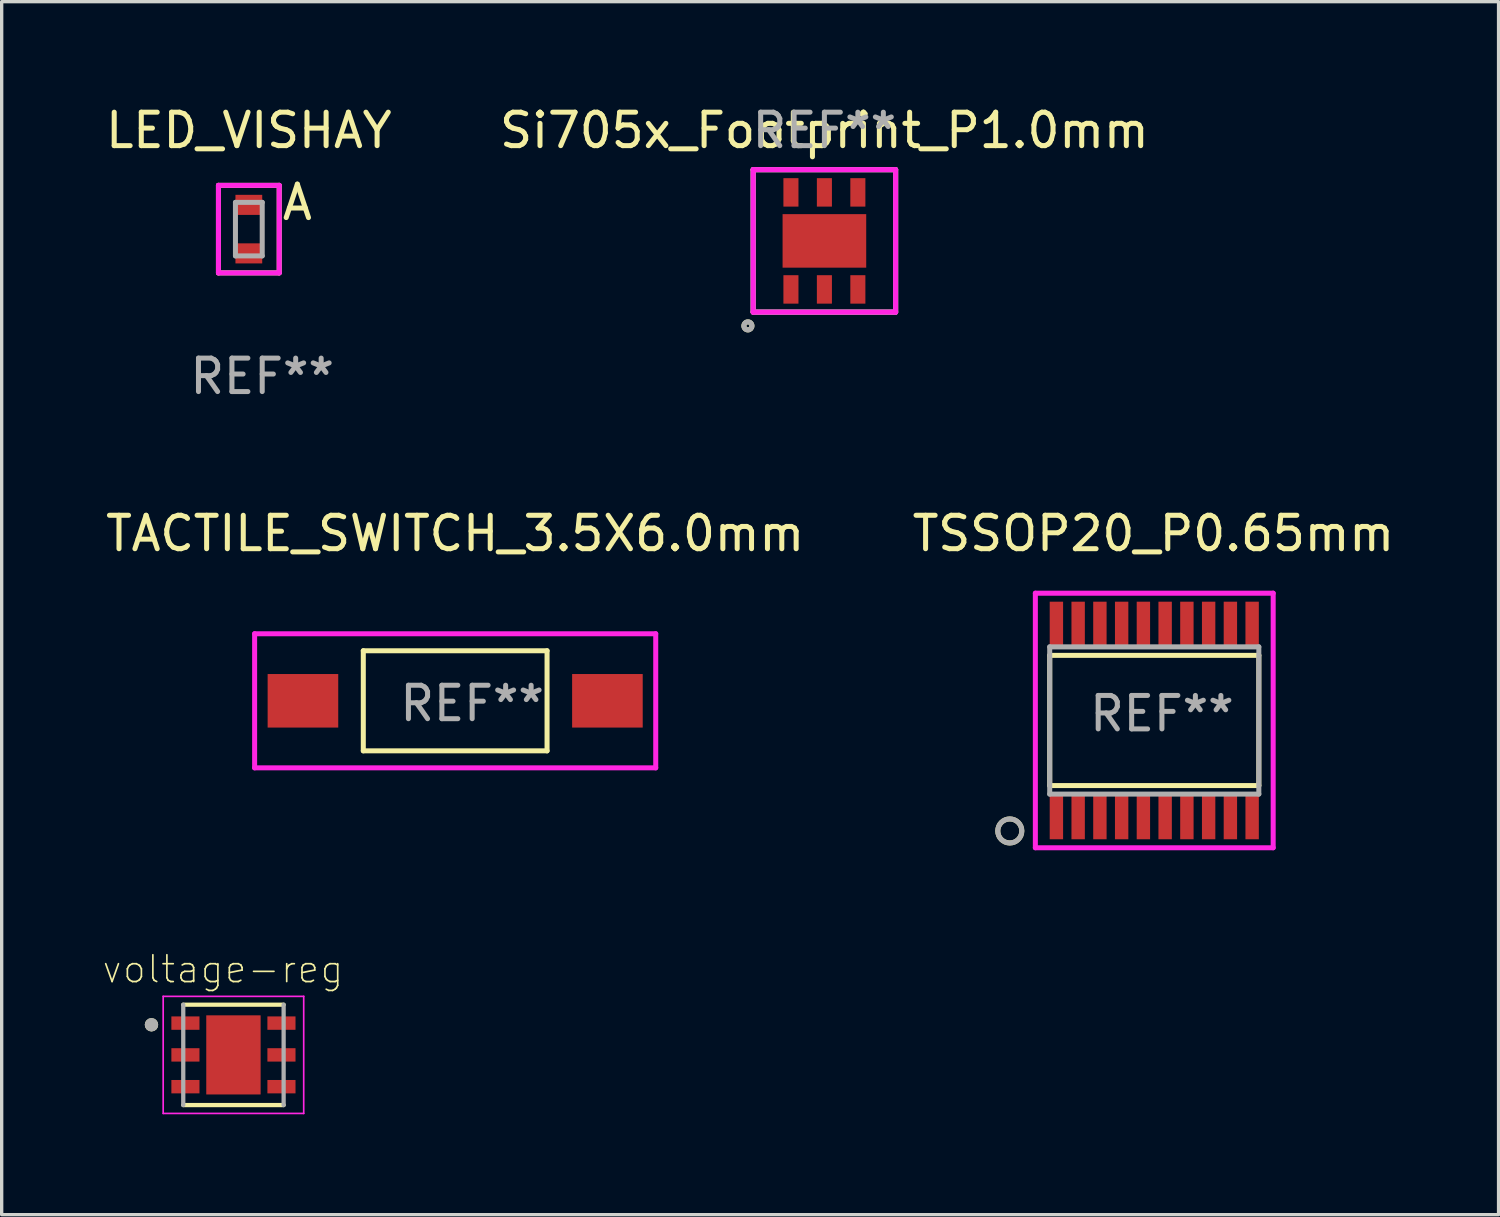
<source format=kicad_pcb>
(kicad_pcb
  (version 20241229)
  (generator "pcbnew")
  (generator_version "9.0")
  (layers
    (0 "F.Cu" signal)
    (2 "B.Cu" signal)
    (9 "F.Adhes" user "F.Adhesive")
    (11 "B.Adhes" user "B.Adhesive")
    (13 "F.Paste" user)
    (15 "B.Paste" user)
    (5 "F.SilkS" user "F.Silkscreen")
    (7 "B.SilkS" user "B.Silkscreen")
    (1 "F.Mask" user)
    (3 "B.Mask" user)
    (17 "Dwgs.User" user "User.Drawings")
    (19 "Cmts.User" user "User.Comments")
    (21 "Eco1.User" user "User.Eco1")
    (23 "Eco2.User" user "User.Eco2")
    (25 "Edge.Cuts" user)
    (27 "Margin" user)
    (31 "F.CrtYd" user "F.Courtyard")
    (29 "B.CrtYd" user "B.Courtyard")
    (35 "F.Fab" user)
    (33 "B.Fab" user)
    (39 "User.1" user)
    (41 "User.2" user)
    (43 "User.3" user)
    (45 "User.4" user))
  (footprint "Si705x_Footprint_P1.0mm"
    (layer "F.Cu")
    (at 21.589 4.15)
    (property "Reference" "Si705x_Footprint_P1.0mm" (at 0 -3.302 0) (layer "F.SilkS") (effects (font (size 1 1) (thickness 0.15))))
    (attr through_hole)
    (fp_line (start -2.129 2.129) (end -2.129 -2.129) (stroke (width 0.15) (type solid)) (layer "F.SilkS"))
    (fp_line (start -2.129 -2.129) (end 2.129 -2.129) (stroke (width 0.15) (type solid)) (layer "F.SilkS"))
    (fp_line (start 2.129 -2.129) (end 2.129 2.129) (stroke (width 0.15) (type solid)) (layer "F.SilkS"))
    (fp_line (start 2.129 2.129) (end -2.129 2.129) (stroke (width 0.15) (type solid)) (layer "F.SilkS"))
    (fp_circle (center -2.286 2.54) (end -2.166 2.54) (stroke (width 0.15) (type solid)) (fill no) (layer "F.SilkS"))
    (fp_line (start -2.129 2.129) (end -2.129 -2.129) (stroke (width 0.15) (type solid)) (layer "F.CrtYd"))
    (fp_line (start -2.129 -2.129) (end 2.129 -2.129) (stroke (width 0.15) (type solid)) (layer "F.CrtYd"))
    (fp_line (start 2.129 -2.129) (end 2.129 2.129) (stroke (width 0.15) (type solid)) (layer "F.CrtYd"))
    (fp_line (start 2.129 2.129) (end -2.129 2.129) (stroke (width 0.15) (type solid)) (layer "F.CrtYd"))
    (fp_line (start -2.129 2.129) (end -2.129 -2.129) (stroke (width 0.15) (type solid)) (layer "F.Fab"))
    (fp_line (start -2.129 -2.129) (end 2.129 -2.129) (stroke (width 0.15) (type solid)) (layer "F.Fab"))
    (fp_line (start 2.129 -2.129) (end 2.129 2.129) (stroke (width 0.15) (type solid)) (layer "F.Fab"))
    (fp_line (start 2.129 2.129) (end -2.129 2.129) (stroke (width 0.15) (type solid)) (layer "F.Fab"))
    (fp_circle (center -2.286 2.54) (end -2.166 2.54) (stroke (width 0.15) (type solid)) (fill no) (layer "F.Fab"))
    (fp_text user "REF**" (at 0 -3.302 0) (layer "F.Fab") (effects (font (size 1 1) (thickness 0.15))))
    (pad "1" smd rect (at -1 1.45) (size 0.45 0.85) (layers "F.Cu" "F.Mask" "F.Paste"))
    (pad "2" smd rect (at 0 1.45) (size 0.45 0.85) (layers "F.Cu" "F.Mask" "F.Paste"))
    (pad "3" smd rect (at 1 1.45) (size 0.45 0.85) (layers "F.Cu" "F.Mask" "F.Paste"))
    (pad "4" smd rect (at 1 -1.45) (size 0.45 0.85) (layers "F.Cu" "F.Mask" "F.Paste"))
    (pad "5" smd rect (at 0 -1.45) (size 0.45 0.85) (layers "F.Cu" "F.Mask" "F.Paste"))
    (pad "6" smd rect (at -1 -1.45) (size 0.45 0.85) (layers "F.Cu" "F.Mask" "F.Paste"))
    (pad "7" smd rect (at 0 0) (size 2.5 1.6) (layers "F.Cu" "F.Mask" "F.Paste")))
  (footprint "voltage-reg"
    (layer "F.Cu")
    (at 3.927 28.478)
    (property "Reference" "voltage-reg" (at -0.313 -2.56 0) (layer "F.SilkS") (effects (font (size 0.8 0.8) (thickness 0.05))))
    (attr smd)
    (fp_line (start -1.5 -1.5) (end 1.5 -1.5) (stroke (width 0.127) (type solid)) (layer "F.SilkS"))
    (fp_line (start 1.5 1.5) (end -1.5 1.5) (stroke (width 0.127) (type solid)) (layer "F.SilkS"))
    (fp_circle (center -2.45 -0.9) (end -2.35 -0.9) (stroke (width 0.2) (type solid)) (fill no) (layer "F.SilkS"))
    (fp_poly (pts (xy -0.57 -0.83) (xy 0.57 -0.83) (xy 0.57 0.83) (xy -0.57 0.83)) (stroke (width 0) (type solid)) (fill yes) (layer "F.Paste"))
    (fp_line (start -2.1 -1.75) (end 2.1 -1.75) (stroke (width 0.05) (type solid)) (layer "F.CrtYd"))
    (fp_line (start -2.1 1.75) (end -2.1 -1.75) (stroke (width 0.05) (type solid)) (layer "F.CrtYd"))
    (fp_line (start 2.1 -1.75) (end 2.1 1.75) (stroke (width 0.05) (type solid)) (layer "F.CrtYd"))
    (fp_line (start 2.1 1.75) (end -2.1 1.75) (stroke (width 0.05) (type solid)) (layer "F.CrtYd"))
    (fp_line (start -1.5 1.5) (end -1.5 -1.5) (stroke (width 0.127) (type solid)) (layer "F.Fab"))
    (fp_line (start 1.5 -1.5) (end 1.5 1.5) (stroke (width 0.127) (type solid)) (layer "F.Fab"))
    (fp_circle (center -2.45 -0.9) (end -2.35 -0.9) (stroke (width 0.2) (type solid)) (fill no) (layer "F.Fab"))
    (pad "1" smd rect (at -1.435 -0.95) (size 0.84 0.4) (layers "F.Cu" "F.Mask" "F.Paste"))
    (pad "2" smd rect (at -1.435 0) (size 0.84 0.4) (layers "F.Cu" "F.Mask" "F.Paste"))
    (pad "3" smd rect (at -1.435 0.95) (size 0.84 0.4) (layers "F.Cu" "F.Mask" "F.Paste"))
    (pad "4" smd rect (at 1.435 0.95 180) (size 0.84 0.4) (layers "F.Cu" "F.Mask" "F.Paste"))
    (pad "5" smd rect (at 1.435 0 180) (size 0.84 0.4) (layers "F.Cu" "F.Mask" "F.Paste"))
    (pad "6" smd rect (at 1.435 -0.95 180) (size 0.84 0.4) (layers "F.Cu" "F.Mask" "F.Paste"))
    (pad "7" smd rect (at 0 0 180) (size 1.625 2.365) (layers "F.Cu" "F.Mask" "F.Paste")))
  (footprint "LED_VISHAY"
    (layer "F.Cu")
    (at 4.387 3.798)
    (property "Reference" "LED_VISHAY" (at 0 -2.95 0) (layer "F.SilkS") (effects (font (size 1 1) (thickness 0.15))))
    (attr through_hole)
    (fp_line (start -0.908 -1.308) (end -0.908 1.308) (stroke (width 0.15) (type solid)) (layer "F.SilkS"))
    (fp_line (start -0.908 -1.308) (end 0.908 -1.308) (stroke (width 0.15) (type solid)) (layer "F.SilkS"))
    (fp_line (start -0.908 1.308) (end 0.908 1.308) (stroke (width 0.15) (type solid)) (layer "F.SilkS"))
    (fp_line (start 0.908 -1.308) (end 0.908 1.308) (stroke (width 0.15) (type solid)) (layer "F.SilkS"))
    (fp_line (start -0.908 -1.308) (end -0.908 1.308) (stroke (width 0.15) (type solid)) (layer "F.CrtYd"))
    (fp_line (start -0.908 -1.308) (end 0.908 -1.308) (stroke (width 0.15) (type solid)) (layer "F.CrtYd"))
    (fp_line (start -0.908 1.308) (end 0.908 1.308) (stroke (width 0.15) (type solid)) (layer "F.CrtYd"))
    (fp_line (start 0.908 -1.308) (end 0.908 1.308) (stroke (width 0.15) (type solid)) (layer "F.CrtYd"))
    (fp_line (start -0.4 -0.8) (end -0.4 0.8) (stroke (width 0.15) (type solid)) (layer "F.Fab"))
    (fp_line (start -0.4 -0.8) (end 0.4 -0.8) (stroke (width 0.15) (type solid)) (layer "F.Fab"))
    (fp_line (start -0.4 0.8) (end 0.4 0.8) (stroke (width 0.15) (type solid)) (layer "F.Fab"))
    (fp_line (start 0.4 0.8) (end 0.4 -0.8) (stroke (width 0.15) (type solid)) (layer "F.Fab"))
    (fp_text user "A" (at 1.45 -0.8 0) (layer "F.SilkS") (effects (font (size 1 1) (thickness 0.15))))
    (fp_text user "REF**" (at 0.4 4.4 180) (layer "F.Fab") (effects (font (size 1 1) (thickness 0.15))))
    (pad "1" smd rect (at 0 0.725) (size 0.8 0.6) (layers "F.Cu" "F.Mask" "F.Paste"))
    (pad "2" smd rect (at 0 -0.725) (size 0.8 0.6) (layers "F.Cu" "F.Mask" "F.Paste")))
  (footprint "TSSOP20_P0.65mm"
    (layer "F.Cu")
    (at 31.448 18.483)
    (property "Reference" "TSSOP20_P0.65mm" (at -0.025 -5.588 0) (layer "F.SilkS") (effects (font (size 1 1) (thickness 0.15))))
    (attr through_hole)
    (fp_line (start -3.125 -1.946) (end -3.125 1.946) (stroke (width 0.15) (type solid)) (layer "F.SilkS"))
    (fp_line (start -3.125 1.946) (end 3.125 1.946) (stroke (width 0.15) (type solid)) (layer "F.SilkS"))
    (fp_line (start 3.125 1.946) (end 3.125 -1.946) (stroke (width 0.15) (type solid)) (layer "F.SilkS"))
    (fp_line (start 3.125 -1.946) (end -3.125 -1.946) (stroke (width 0.15) (type solid)) (layer "F.SilkS"))
    (fp_circle (center -4.318 3.302) (end -4.572 3.048) (stroke (width 0.15) (type solid)) (fill no) (layer "F.SilkS"))
    (fp_line (start -3.554 -3.804) (end -3.554 3.804) (stroke (width 0.15) (type solid)) (layer "F.CrtYd"))
    (fp_line (start -3.554 3.804) (end 3.554 3.804) (stroke (width 0.15) (type solid)) (layer "F.CrtYd"))
    (fp_line (start 3.554 -3.804) (end -3.554 -3.804) (stroke (width 0.15) (type solid)) (layer "F.CrtYd"))
    (fp_line (start 3.554 3.804) (end 3.554 -3.804) (stroke (width 0.15) (type solid)) (layer "F.CrtYd"))
    (fp_line (start -3.125 -2.2) (end -3.125 2.2) (stroke (width 0.15) (type solid)) (layer "F.Fab"))
    (fp_line (start -3.125 2.2) (end 3.125 2.2) (stroke (width 0.15) (type solid)) (layer "F.Fab"))
    (fp_line (start 3.125 2.2) (end 3.125 -2.2) (stroke (width 0.15) (type solid)) (layer "F.Fab"))
    (fp_line (start 3.125 -2.2) (end -3.125 -2.2) (stroke (width 0.15) (type solid)) (layer "F.Fab"))
    (fp_circle (center -4.318 3.302) (end -3.959 3.302) (stroke (width 0.15) (type solid)) (fill no) (layer "F.Fab"))
    (fp_text user "REF**" (at 0.229 -0.203 0) (layer "F.Fab") (effects (font (size 1 1) (thickness 0.15))))
    (pad "1" smd rect (at -2.925 2.875) (size 0.4 1.35) (layers "F.Cu" "F.Mask" "F.Paste"))
    (pad "2" smd rect (at -2.275 2.875) (size 0.4 1.35) (layers "F.Cu" "F.Mask" "F.Paste"))
    (pad "3" smd rect (at -1.625 2.875) (size 0.4 1.35) (layers "F.Cu" "F.Mask" "F.Paste"))
    (pad "4" smd rect (at -0.975 2.875) (size 0.4 1.35) (layers "F.Cu" "F.Mask" "F.Paste"))
    (pad "5" smd rect (at -0.325 2.875) (size 0.4 1.35) (layers "F.Cu" "F.Mask" "F.Paste"))
    (pad "6" smd rect (at 0.325 2.875) (size 0.4 1.35) (layers "F.Cu" "F.Mask" "F.Paste"))
    (pad "7" smd rect (at 0.975 2.875) (size 0.4 1.35) (layers "F.Cu" "F.Mask" "F.Paste"))
    (pad "8" smd rect (at 1.625 2.875) (size 0.4 1.35) (layers "F.Cu" "F.Mask" "F.Paste"))
    (pad "9" smd rect (at 2.275 2.875) (size 0.4 1.35) (layers "F.Cu" "F.Mask" "F.Paste"))
    (pad "10" smd rect (at 2.925 2.875) (size 0.4 1.35) (layers "F.Cu" "F.Mask" "F.Paste"))
    (pad "11" smd rect (at 2.925 -2.875) (size 0.4 1.35) (layers "F.Cu" "F.Mask" "F.Paste"))
    (pad "12" smd rect (at 2.275 -2.875) (size 0.4 1.35) (layers "F.Cu" "F.Mask" "F.Paste"))
    (pad "13" smd rect (at 1.625 -2.875) (size 0.4 1.35) (layers "F.Cu" "F.Mask" "F.Paste"))
    (pad "14" smd rect (at 0.975 -2.875) (size 0.4 1.35) (layers "F.Cu" "F.Mask" "F.Paste"))
    (pad "15" smd rect (at 0.325 -2.875) (size 0.4 1.35) (layers "F.Cu" "F.Mask" "F.Paste"))
    (pad "16" smd rect (at -0.325 -2.875) (size 0.4 1.35) (layers "F.Cu" "F.Mask" "F.Paste"))
    (pad "17" smd rect (at -0.975 -2.875) (size 0.4 1.35) (layers "F.Cu" "F.Mask" "F.Paste"))
    (pad "18" smd rect (at -1.625 -2.875) (size 0.4 1.35) (layers "F.Cu" "F.Mask" "F.Paste"))
    (pad "19" smd rect (at -2.275 -2.875) (size 0.4 1.35) (layers "F.Cu" "F.Mask" "F.Paste"))
    (pad "20" smd rect (at -2.925 -2.875) (size 0.4 1.35) (layers "F.Cu" "F.Mask" "F.Paste")))
  (footprint "TACTILE_SWITCH_3.5X6.0mm"
    (layer "F.Cu")
    (at 10.554 17.895)
    (property "Reference" "TACTILE_SWITCH_3.5X6.0mm" (at 0 -5 0) (layer "F.SilkS") (effects (font (size 1 1) (thickness 0.15))))
    (attr through_hole)
    (fp_line (start -2.746 -1.496) (end -2.746 1.496) (stroke (width 0.15) (type solid)) (layer "F.SilkS"))
    (fp_line (start -2.746 1.496) (end 2.746 1.496) (stroke (width 0.15) (type solid)) (layer "F.SilkS"))
    (fp_line (start 2.746 -1.496) (end -2.746 -1.496) (stroke (width 0.15) (type solid)) (layer "F.SilkS"))
    (fp_line (start 2.746 1.496) (end 2.746 -1.496) (stroke (width 0.15) (type solid)) (layer "F.SilkS"))
    (fp_line (start -5.994 -2.004) (end -5.994 2.004) (stroke (width 0.15) (type solid)) (layer "F.CrtYd"))
    (fp_line (start -5.994 2.004) (end 5.994 2.004) (stroke (width 0.15) (type solid)) (layer "F.CrtYd"))
    (fp_line (start 5.994 -2.004) (end -5.994 -2.004) (stroke (width 0.15) (type solid)) (layer "F.CrtYd"))
    (fp_line (start 5.994 2.004) (end 5.994 -2.004) (stroke (width 0.15) (type solid)) (layer "F.CrtYd"))
    (fp_text user "REF**" (at 0.508 0.08 0) (layer "F.Fab") (effects (font (size 1 1) (thickness 0.15))))
    (pad "1" smd rect (at -4.55 0) (size 2.11 1.6) (layers "F.Cu" "F.Mask" "F.Paste"))
    (pad "2" smd rect (at 4.55 0) (size 2.11 1.6) (layers "F.Cu" "F.Mask" "F.Paste")))
  (gr_rect
    (start -3 -3)
    (end 41.738 33.253)
    (stroke (width 0.1) (type default))
    (fill no)
    (layer "Edge.Cuts")))
</source>
